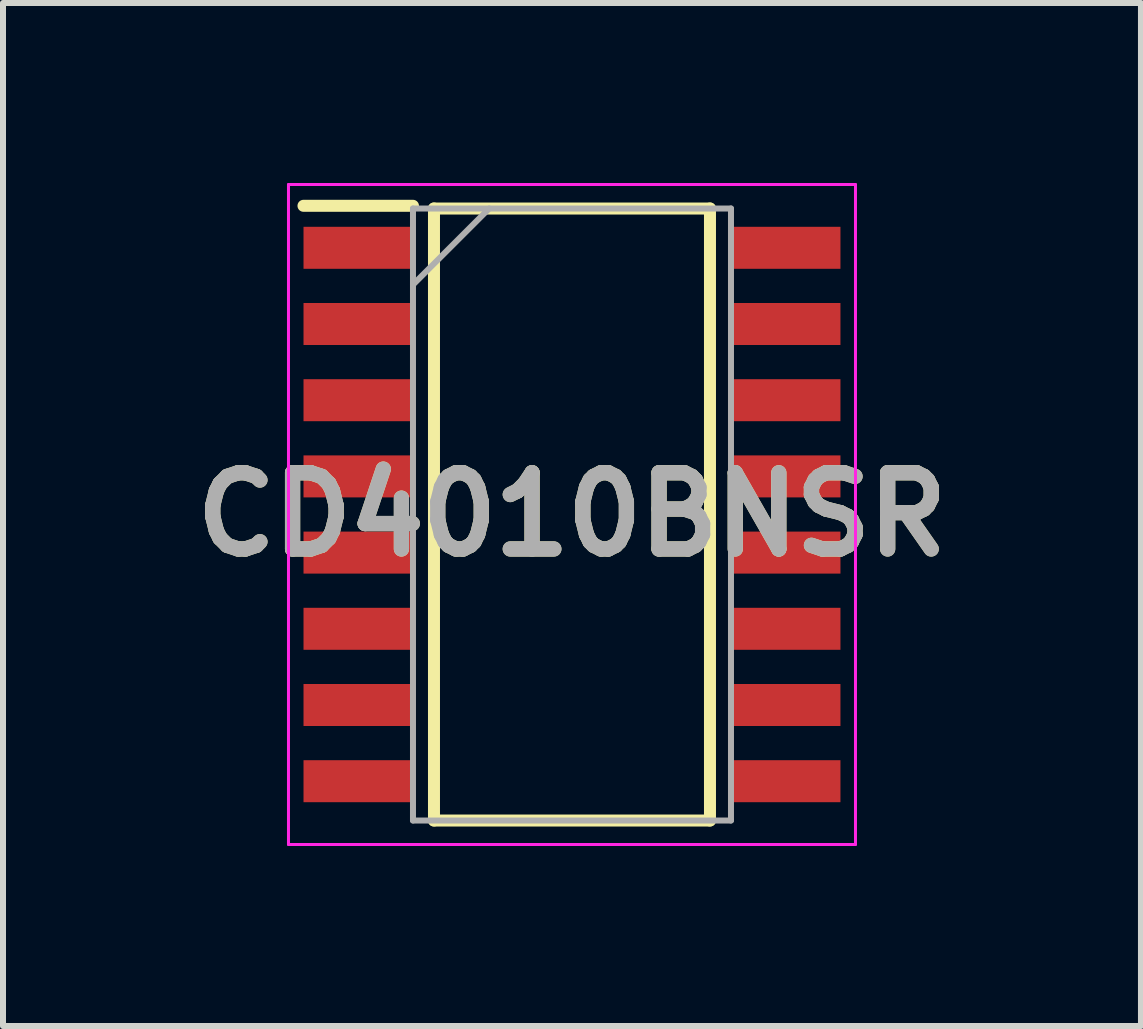
<source format=kicad_pcb>
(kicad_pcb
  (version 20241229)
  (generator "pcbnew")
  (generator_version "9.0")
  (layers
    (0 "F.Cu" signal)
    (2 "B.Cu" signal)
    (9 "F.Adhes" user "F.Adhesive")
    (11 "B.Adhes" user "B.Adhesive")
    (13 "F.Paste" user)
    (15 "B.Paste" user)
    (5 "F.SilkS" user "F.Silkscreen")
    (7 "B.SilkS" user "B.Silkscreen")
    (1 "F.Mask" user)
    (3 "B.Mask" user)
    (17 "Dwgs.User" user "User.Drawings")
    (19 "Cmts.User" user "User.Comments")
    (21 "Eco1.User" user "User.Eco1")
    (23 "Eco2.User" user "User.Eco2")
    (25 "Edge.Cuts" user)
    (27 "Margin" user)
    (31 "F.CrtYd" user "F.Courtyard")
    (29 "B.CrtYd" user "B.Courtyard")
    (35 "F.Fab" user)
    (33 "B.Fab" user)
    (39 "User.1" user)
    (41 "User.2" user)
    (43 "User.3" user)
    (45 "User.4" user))
  (footprint "CD4010BNSR"
    (layer "F.Cu")
    (at 6.483 5.525)
    (property "Reference" "CD4010BNSR" (at 0 0 0) (layer "F.SilkS") (effects (font (size 1.27 1.27) (thickness 0.254))))
    (attr smd)
    (fp_line (start -4.475 -5.145) (end -2.65 -5.145) (stroke (width 0.2) (type solid)) (layer "F.SilkS"))
    (fp_line (start -2.3 -5.1) (end 2.3 -5.1) (stroke (width 0.2) (type solid)) (layer "F.SilkS"))
    (fp_line (start -2.3 5.1) (end -2.3 -5.1) (stroke (width 0.2) (type solid)) (layer "F.SilkS"))
    (fp_line (start 2.3 -5.1) (end 2.3 5.1) (stroke (width 0.2) (type solid)) (layer "F.SilkS"))
    (fp_line (start 2.3 5.1) (end -2.3 5.1) (stroke (width 0.2) (type solid)) (layer "F.SilkS"))
    (fp_line (start -4.725 -5.5) (end 4.725 -5.5) (stroke (width 0.05) (type solid)) (layer "F.CrtYd"))
    (fp_line (start -4.725 5.5) (end -4.725 -5.5) (stroke (width 0.05) (type solid)) (layer "F.CrtYd"))
    (fp_line (start 4.725 -5.5) (end 4.725 5.5) (stroke (width 0.05) (type solid)) (layer "F.CrtYd"))
    (fp_line (start 4.725 5.5) (end -4.725 5.5) (stroke (width 0.05) (type solid)) (layer "F.CrtYd"))
    (fp_line (start -2.65 -5.1) (end 2.65 -5.1) (stroke (width 0.1) (type solid)) (layer "F.Fab"))
    (fp_line (start -2.65 -3.83) (end -1.38 -5.1) (stroke (width 0.1) (type solid)) (layer "F.Fab"))
    (fp_line (start -2.65 5.1) (end -2.65 -5.1) (stroke (width 0.1) (type solid)) (layer "F.Fab"))
    (fp_line (start 2.65 -5.1) (end 2.65 5.1) (stroke (width 0.1) (type solid)) (layer "F.Fab"))
    (fp_line (start 2.65 5.1) (end -2.65 5.1) (stroke (width 0.1) (type solid)) (layer "F.Fab"))
    (fp_text user "${REFERENCE}" (at 0 0 0) (layer "F.Fab") (effects (font (size 1.27 1.27) (thickness 0.254))))
    (pad "1" smd rect (at -3.562 -4.445 90) (size 0.7 1.825) (layers "F.Cu" "F.Mask" "F.Paste"))
    (pad "2" smd rect (at -3.562 -3.175 90) (size 0.7 1.825) (layers "F.Cu" "F.Mask" "F.Paste"))
    (pad "3" smd rect (at -3.562 -1.905 90) (size 0.7 1.825) (layers "F.Cu" "F.Mask" "F.Paste"))
    (pad "4" smd rect (at -3.562 -0.635 90) (size 0.7 1.825) (layers "F.Cu" "F.Mask" "F.Paste"))
    (pad "5" smd rect (at -3.562 0.635 90) (size 0.7 1.825) (layers "F.Cu" "F.Mask" "F.Paste"))
    (pad "6" smd rect (at -3.562 1.905 90) (size 0.7 1.825) (layers "F.Cu" "F.Mask" "F.Paste"))
    (pad "7" smd rect (at -3.562 3.175 90) (size 0.7 1.825) (layers "F.Cu" "F.Mask" "F.Paste"))
    (pad "8" smd rect (at -3.562 4.445 90) (size 0.7 1.825) (layers "F.Cu" "F.Mask" "F.Paste"))
    (pad "9" smd rect (at 3.562 4.445 90) (size 0.7 1.825) (layers "F.Cu" "F.Mask" "F.Paste"))
    (pad "10" smd rect (at 3.562 3.175 90) (size 0.7 1.825) (layers "F.Cu" "F.Mask" "F.Paste"))
    (pad "11" smd rect (at 3.562 1.905 90) (size 0.7 1.825) (layers "F.Cu" "F.Mask" "F.Paste"))
    (pad "12" smd rect (at 3.562 0.635 90) (size 0.7 1.825) (layers "F.Cu" "F.Mask" "F.Paste"))
    (pad "13" smd rect (at 3.562 -0.635 90) (size 0.7 1.825) (layers "F.Cu" "F.Mask" "F.Paste"))
    (pad "14" smd rect (at 3.562 -1.905 90) (size 0.7 1.825) (layers "F.Cu" "F.Mask" "F.Paste"))
    (pad "15" smd rect (at 3.562 -3.175 90) (size 0.7 1.825) (layers "F.Cu" "F.Mask" "F.Paste"))
    (pad "16" smd rect (at 3.562 -4.445 90) (size 0.7 1.825) (layers "F.Cu" "F.Mask" "F.Paste")))
  (gr_rect
    (start -3 -3)
    (end 15.966 14.05)
    (stroke (width 0.1) (type default))
    (fill no)
    (layer "Edge.Cuts")))
</source>
